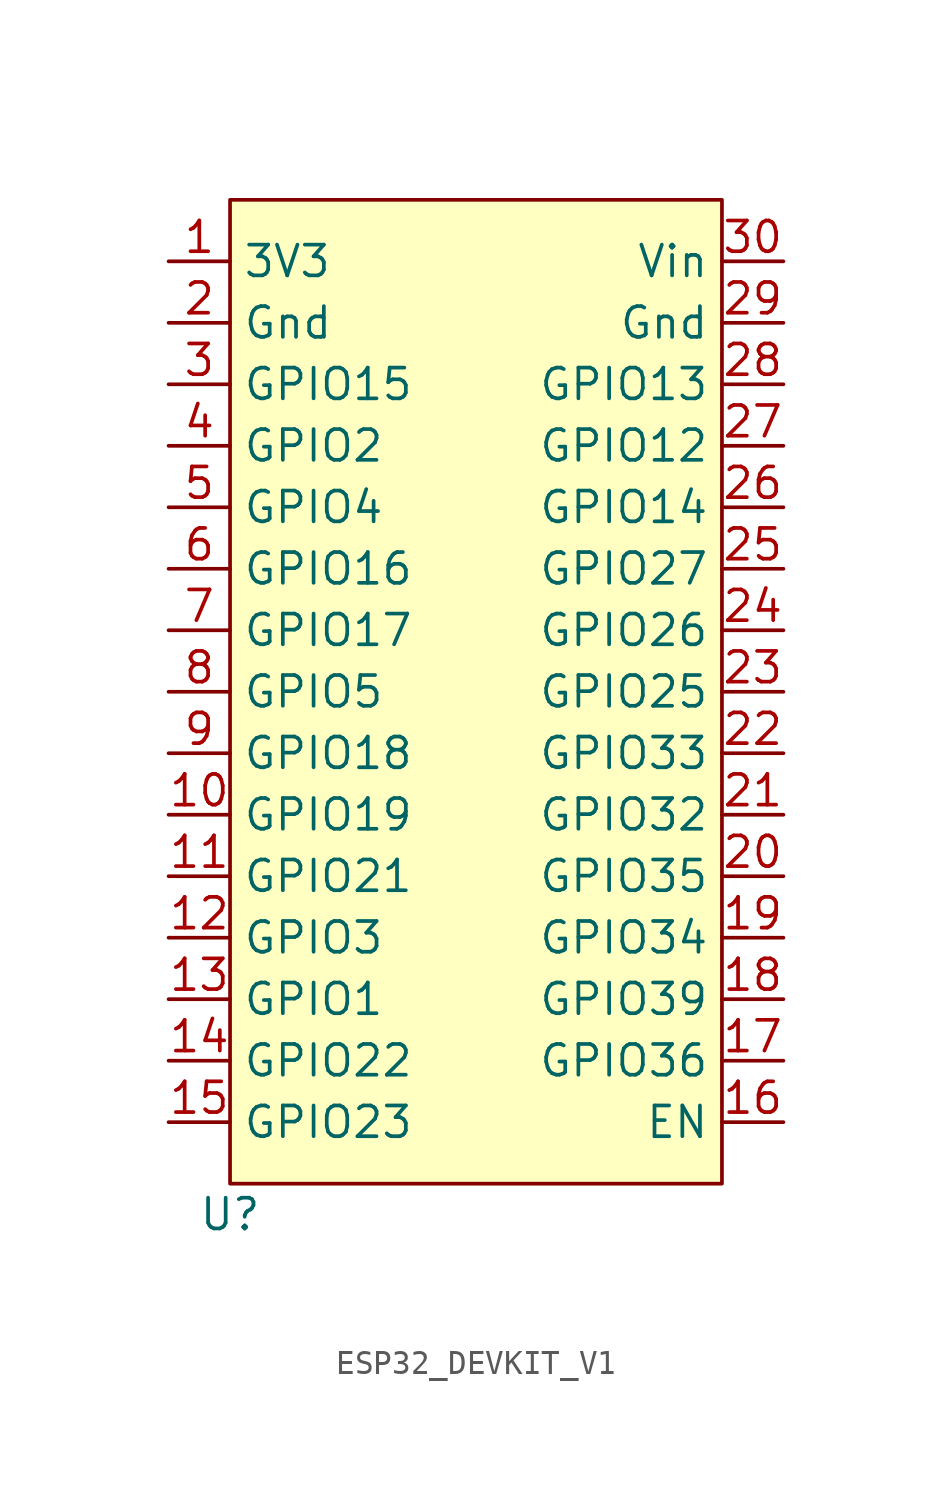
<source format=kicad_sym>
(kicad_symbol_lib
  (version 20220914)
  (generator kicad_symbol_editor)
  (symbol "ESP32_DEVKIT_V1"
    (property "Reference" "U"
      (at 0 0 0)
      (effects (font (size 1.27 1.27))))
    (property "Value" ""
      (at 0 0 0)
      (effects (font (size 1.27 1.27))))
    (symbol "ESP32_DEVKIT_V1_1_1"
      (rectangle (start 0 41.91) (end 20.32 1.27) (stroke (width 0) (type default)) (fill (type background)))
      (pin power_out line (at -2.54 39.37 0) (length 2.54) (name "3V3" (effects (font (size 1.27 1.27)))) (number "1" (effects (font (size 1.27 1.27)))))
      (pin bidirectional line (at -2.54 16.51 0) (length 2.54) (name "GPIO19" (effects (font (size 1.27 1.27)))) (number "10" (effects (font (size 1.27 1.27)))))
      (pin bidirectional line (at -2.54 13.97 0) (length 2.54) (name "GPIO21" (effects (font (size 1.27 1.27)))) (number "11" (effects (font (size 1.27 1.27)))))
      (pin bidirectional line (at -2.54 11.43 0) (length 2.54) (name "GPIO3" (effects (font (size 1.27 1.27)))) (number "12" (effects (font (size 1.27 1.27)))))
      (pin bidirectional line (at -2.54 8.89 0) (length 2.54) (name "GPIO1" (effects (font (size 1.27 1.27)))) (number "13" (effects (font (size 1.27 1.27)))))
      (pin bidirectional line (at -2.54 6.35 0) (length 2.54) (name "GPIO22" (effects (font (size 1.27 1.27)))) (number "14" (effects (font (size 1.27 1.27)))))
      (pin bidirectional line (at -2.54 3.81 0) (length 2.54) (name "GPIO23" (effects (font (size 1.27 1.27)))) (number "15" (effects (font (size 1.27 1.27)))))
      (pin bidirectional line (at 22.86 3.81 180) (length 2.54) (name "EN" (effects (font (size 1.27 1.27)))) (number "16" (effects (font (size 1.27 1.27)))))
      (pin bidirectional line (at 22.86 6.35 180) (length 2.54) (name "GPIO36" (effects (font (size 1.27 1.27)))) (number "17" (effects (font (size 1.27 1.27)))))
      (pin bidirectional line (at 22.86 8.89 180) (length 2.54) (name "GPIO39" (effects (font (size 1.27 1.27)))) (number "18" (effects (font (size 1.27 1.27)))))
      (pin bidirectional line (at 22.86 11.43 180) (length 2.54) (name "GPIO34" (effects (font (size 1.27 1.27)))) (number "19" (effects (font (size 1.27 1.27)))))
      (pin power_in line (at -2.54 36.83 0) (length 2.54) (name "Gnd" (effects (font (size 1.27 1.27)))) (number "2" (effects (font (size 1.27 1.27)))))
      (pin bidirectional line (at 22.86 13.97 180) (length 2.54) (name "GPIO35" (effects (font (size 1.27 1.27)))) (number "20" (effects (font (size 1.27 1.27)))))
      (pin bidirectional line (at 22.86 16.51 180) (length 2.54) (name "GPIO32" (effects (font (size 1.27 1.27)))) (number "21" (effects (font (size 1.27 1.27)))))
      (pin bidirectional line (at 22.86 19.05 180) (length 2.54) (name "GPIO33" (effects (font (size 1.27 1.27)))) (number "22" (effects (font (size 1.27 1.27)))))
      (pin bidirectional line (at 22.86 21.59 180) (length 2.54) (name "GPIO25" (effects (font (size 1.27 1.27)))) (number "23" (effects (font (size 1.27 1.27)))))
      (pin bidirectional line (at 22.86 24.13 180) (length 2.54) (name "GPIO26" (effects (font (size 1.27 1.27)))) (number "24" (effects (font (size 1.27 1.27)))))
      (pin bidirectional line (at 22.86 26.67 180) (length 2.54) (name "GPIO27" (effects (font (size 1.27 1.27)))) (number "25" (effects (font (size 1.27 1.27)))))
      (pin bidirectional line (at 22.86 29.21 180) (length 2.54) (name "GPIO14" (effects (font (size 1.27 1.27)))) (number "26" (effects (font (size 1.27 1.27)))))
      (pin bidirectional line (at 22.86 31.75 180) (length 2.54) (name "GPIO12" (effects (font (size 1.27 1.27)))) (number "27" (effects (font (size 1.27 1.27)))))
      (pin bidirectional line (at 22.86 34.29 180) (length 2.54) (name "GPIO13" (effects (font (size 1.27 1.27)))) (number "28" (effects (font (size 1.27 1.27)))))
      (pin power_in line (at 22.86 36.83 180) (length 2.54) (name "Gnd" (effects (font (size 1.27 1.27)))) (number "29" (effects (font (size 1.27 1.27)))))
      (pin bidirectional line (at -2.54 34.29 0) (length 2.54) (name "GPIO15" (effects (font (size 1.27 1.27)))) (number "3" (effects (font (size 1.27 1.27)))))
      (pin power_in line (at 22.86 39.37 180) (length 2.54) (name "Vin" (effects (font (size 1.27 1.27)))) (number "30" (effects (font (size 1.27 1.27)))))
      (pin bidirectional line (at -2.54 31.75 0) (length 2.54) (name "GPIO2" (effects (font (size 1.27 1.27)))) (number "4" (effects (font (size 1.27 1.27)))))
      (pin bidirectional line (at -2.54 29.21 0) (length 2.54) (name "GPIO4" (effects (font (size 1.27 1.27)))) (number "5" (effects (font (size 1.27 1.27)))))
      (pin bidirectional line (at -2.54 26.67 0) (length 2.54) (name "GPIO16" (effects (font (size 1.27 1.27)))) (number "6" (effects (font (size 1.27 1.27)))))
      (pin bidirectional line (at -2.54 24.13 0) (length 2.54) (name "GPIO17" (effects (font (size 1.27 1.27)))) (number "7" (effects (font (size 1.27 1.27)))))
      (pin bidirectional line (at -2.54 21.59 0) (length 2.54) (name "GPIO5" (effects (font (size 1.27 1.27)))) (number "8" (effects (font (size 1.27 1.27)))))
      (pin bidirectional line (at -2.54 19.05 0) (length 2.54) (name "GPIO18" (effects (font (size 1.27 1.27)))) (number "9" (effects (font (size 1.27 1.27))))))))
</source>
